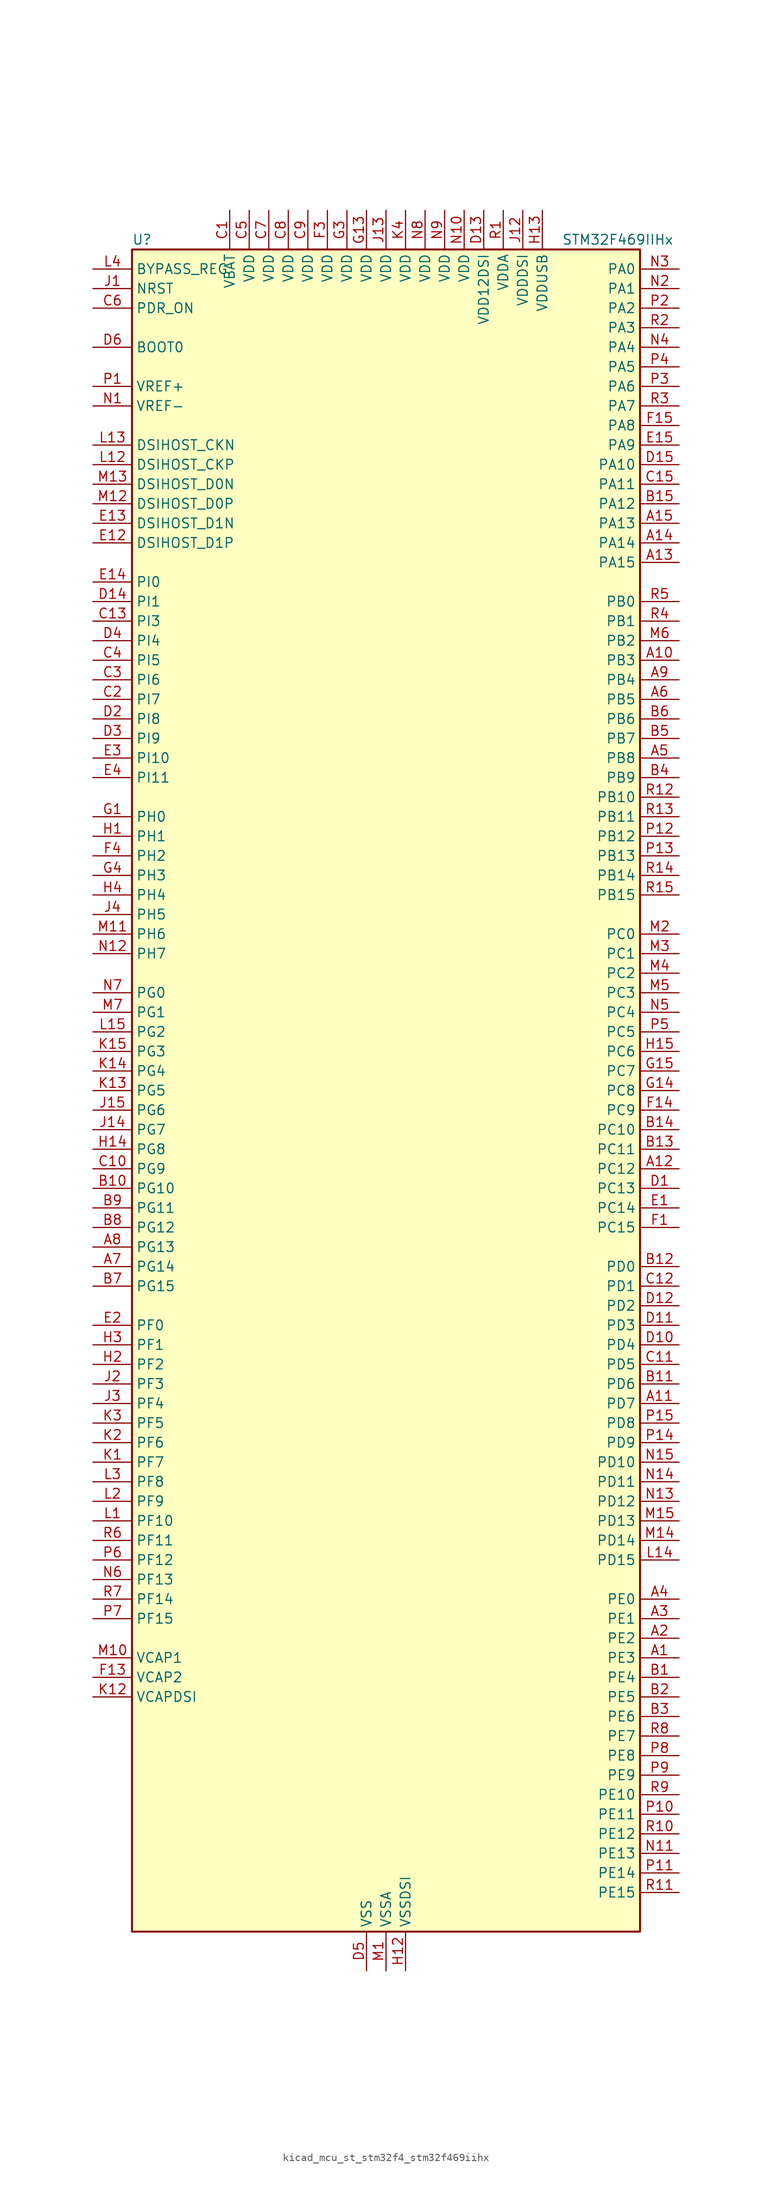
<source format=kicad_sym>
(kicad_symbol_lib
  (version 20220914)
  (generator kicad_symbol_editor)
  (symbol "kicad_mcu_st_stm32f4_stm32f469iihx"
    (property "Reference" "U"
      (at -33.02 110.49 0)
      (effects (font (size 1.27 1.27)) (justify left)))
    (property "Value" "STM32F469IIHx"
      (at 22.86 110.49 0)
      (effects (font (size 1.27 1.27)) (justify left)))
    (property "ki_locked" ""
      (at 0 0 0)
      (effects (font (size 1.27 1.27))))
    (symbol "kicad_mcu_st_stm32f4_stm32f469iihx_0_1"
      (rectangle (start -33.02 -109.22) (end 33.02 109.22) (stroke (width 0.254) (type default)) (fill (type background))))
    (symbol "kicad_mcu_st_stm32f4_stm32f469iihx_1_1"
      (pin bidirectional line (at 38.1 -73.66 180) (length 5.08) (name "PE3" (effects (font (size 1.27 1.27)))) (number "A1" (effects (font (size 1.27 1.27)))) (alternate "FMC_A19" bidirectional line) (alternate "SAI1_SD_B" bidirectional line) (alternate "SYS_TRACED0" bidirectional line))
      (pin bidirectional line (at 38.1 55.88 180) (length 5.08) (name "PB3" (effects (font (size 1.27 1.27)))) (number "A10" (effects (font (size 1.27 1.27)))) (alternate "I2S3_CK" bidirectional line) (alternate "SPI1_SCK" bidirectional line) (alternate "SPI3_SCK" bidirectional line) (alternate "SYS_JTDO-SWO" bidirectional line) (alternate "TIM2_CH2" bidirectional line))
      (pin bidirectional line (at 38.1 -40.64 180) (length 5.08) (name "PD7" (effects (font (size 1.27 1.27)))) (number "A11" (effects (font (size 1.27 1.27)))) (alternate "FMC_NE1" bidirectional line) (alternate "USART2_CK" bidirectional line))
      (pin bidirectional line (at 38.1 -10.16 180) (length 5.08) (name "PC12" (effects (font (size 1.27 1.27)))) (number "A12" (effects (font (size 1.27 1.27)))) (alternate "DCMI_D9" bidirectional line) (alternate "I2S3_SD" bidirectional line) (alternate "SDIO_CK" bidirectional line) (alternate "SPI3_MOSI" bidirectional line) (alternate "SYS_TRACED3" bidirectional line) (alternate "UART5_TX" bidirectional line) (alternate "USART3_CK" bidirectional line))
      (pin bidirectional line (at 38.1 68.58 180) (length 5.08) (name "PA15" (effects (font (size 1.27 1.27)))) (number "A13" (effects (font (size 1.27 1.27)))) (alternate "ADC1_EXTI15" bidirectional line) (alternate "ADC2_EXTI15" bidirectional line) (alternate "ADC3_EXTI15" bidirectional line) (alternate "I2S3_WS" bidirectional line) (alternate "SPI1_NSS" bidirectional line) (alternate "SPI3_NSS" bidirectional line) (alternate "SYS_JTDI" bidirectional line) (alternate "TIM2_CH1" bidirectional line) (alternate "TIM2_ETR" bidirectional line))
      (pin bidirectional line (at 38.1 71.12 180) (length 5.08) (name "PA14" (effects (font (size 1.27 1.27)))) (number "A14" (effects (font (size 1.27 1.27)))) (alternate "SYS_JTCK-SWCLK" bidirectional line))
      (pin bidirectional line (at 38.1 73.66 180) (length 5.08) (name "PA13" (effects (font (size 1.27 1.27)))) (number "A15" (effects (font (size 1.27 1.27)))) (alternate "SYS_JTMS-SWDIO" bidirectional line))
      (pin bidirectional line (at 38.1 -71.12 180) (length 5.08) (name "PE2" (effects (font (size 1.27 1.27)))) (number "A2" (effects (font (size 1.27 1.27)))) (alternate "ETH_TXD3" bidirectional line) (alternate "FMC_A23" bidirectional line) (alternate "QUADSPI_BK1_IO2" bidirectional line) (alternate "SAI1_MCLK_A" bidirectional line) (alternate "SPI4_SCK" bidirectional line) (alternate "SYS_TRACECLK" bidirectional line))
      (pin bidirectional line (at 38.1 -68.58 180) (length 5.08) (name "PE1" (effects (font (size 1.27 1.27)))) (number "A3" (effects (font (size 1.27 1.27)))) (alternate "DCMI_D3" bidirectional line) (alternate "FMC_NBL1" bidirectional line) (alternate "UART8_TX" bidirectional line))
      (pin bidirectional line (at 38.1 -66.04 180) (length 5.08) (name "PE0" (effects (font (size 1.27 1.27)))) (number "A4" (effects (font (size 1.27 1.27)))) (alternate "DCMI_D2" bidirectional line) (alternate "FMC_NBL0" bidirectional line) (alternate "TIM4_ETR" bidirectional line) (alternate "UART8_RX" bidirectional line))
      (pin bidirectional line (at 38.1 43.18 180) (length 5.08) (name "PB8" (effects (font (size 1.27 1.27)))) (number "A5" (effects (font (size 1.27 1.27)))) (alternate "CAN1_RX" bidirectional line) (alternate "DCMI_D6" bidirectional line) (alternate "ETH_TXD3" bidirectional line) (alternate "I2C1_SCL" bidirectional line) (alternate "LTDC_B6" bidirectional line) (alternate "SDIO_D4" bidirectional line) (alternate "TIM10_CH1" bidirectional line) (alternate "TIM4_CH3" bidirectional line))
      (pin bidirectional line (at 38.1 50.8 180) (length 5.08) (name "PB5" (effects (font (size 1.27 1.27)))) (number "A6" (effects (font (size 1.27 1.27)))) (alternate "CAN2_RX" bidirectional line) (alternate "DCMI_D10" bidirectional line) (alternate "ETH_PPS_OUT" bidirectional line) (alternate "FMC_SDCKE1" bidirectional line) (alternate "I2C1_SMBA" bidirectional line) (alternate "I2S3_SD" bidirectional line) (alternate "LTDC_G7" bidirectional line) (alternate "SPI1_MOSI" bidirectional line) (alternate "SPI3_MOSI" bidirectional line) (alternate "TIM3_CH2" bidirectional line) (alternate "USB_OTG_HS_ULPI_D7" bidirectional line))
      (pin bidirectional line (at -38.1 -22.86 0) (length 5.08) (name "PG14" (effects (font (size 1.27 1.27)))) (number "A7" (effects (font (size 1.27 1.27)))) (alternate "ETH_TXD1" bidirectional line) (alternate "FMC_A25" bidirectional line) (alternate "LTDC_B0" bidirectional line) (alternate "QUADSPI_BK2_IO3" bidirectional line) (alternate "SPI6_MOSI" bidirectional line) (alternate "SYS_TRACED1" bidirectional line) (alternate "USART6_TX" bidirectional line))
      (pin bidirectional line (at -38.1 -20.32 0) (length 5.08) (name "PG13" (effects (font (size 1.27 1.27)))) (number "A8" (effects (font (size 1.27 1.27)))) (alternate "ETH_TXD0" bidirectional line) (alternate "FMC_A24" bidirectional line) (alternate "LTDC_R0" bidirectional line) (alternate "SPI6_SCK" bidirectional line) (alternate "SYS_TRACED0" bidirectional line) (alternate "USART6_CTS" bidirectional line))
      (pin bidirectional line (at 38.1 53.34 180) (length 5.08) (name "PB4" (effects (font (size 1.27 1.27)))) (number "A9" (effects (font (size 1.27 1.27)))) (alternate "I2S3_ext_SD" bidirectional line) (alternate "SPI1_MISO" bidirectional line) (alternate "SPI3_MISO" bidirectional line) (alternate "SYS_JTRST" bidirectional line) (alternate "TIM3_CH1" bidirectional line))
      (pin bidirectional line (at 38.1 -76.2 180) (length 5.08) (name "PE4" (effects (font (size 1.27 1.27)))) (number "B1" (effects (font (size 1.27 1.27)))) (alternate "DCMI_D4" bidirectional line) (alternate "FMC_A20" bidirectional line) (alternate "LTDC_B0" bidirectional line) (alternate "SAI1_FS_A" bidirectional line) (alternate "SPI4_NSS" bidirectional line) (alternate "SYS_TRACED1" bidirectional line))
      (pin bidirectional line (at -38.1 -12.7 0) (length 5.08) (name "PG10" (effects (font (size 1.27 1.27)))) (number "B10" (effects (font (size 1.27 1.27)))) (alternate "DCMI_D2" bidirectional line) (alternate "FMC_NE3" bidirectional line) (alternate "LTDC_B2" bidirectional line) (alternate "LTDC_G3" bidirectional line))
      (pin bidirectional line (at 38.1 -38.1 180) (length 5.08) (name "PD6" (effects (font (size 1.27 1.27)))) (number "B11" (effects (font (size 1.27 1.27)))) (alternate "DCMI_D10" bidirectional line) (alternate "FMC_NWAIT" bidirectional line) (alternate "I2S3_SD" bidirectional line) (alternate "LTDC_B2" bidirectional line) (alternate "SAI1_SD_A" bidirectional line) (alternate "SPI3_MOSI" bidirectional line) (alternate "USART2_RX" bidirectional line))
      (pin bidirectional line (at 38.1 -22.86 180) (length 5.08) (name "PD0" (effects (font (size 1.27 1.27)))) (number "B12" (effects (font (size 1.27 1.27)))) (alternate "CAN1_RX" bidirectional line) (alternate "FMC_D2" bidirectional line) (alternate "FMC_DA2" bidirectional line))
      (pin bidirectional line (at 38.1 -7.62 180) (length 5.08) (name "PC11" (effects (font (size 1.27 1.27)))) (number "B13" (effects (font (size 1.27 1.27)))) (alternate "ADC1_EXTI11" bidirectional line) (alternate "ADC2_EXTI11" bidirectional line) (alternate "ADC3_EXTI11" bidirectional line) (alternate "DCMI_D4" bidirectional line) (alternate "I2S3_ext_SD" bidirectional line) (alternate "QUADSPI_BK2_NCS" bidirectional line) (alternate "SDIO_D3" bidirectional line) (alternate "SPI3_MISO" bidirectional line) (alternate "UART4_RX" bidirectional line) (alternate "USART3_RX" bidirectional line))
      (pin bidirectional line (at 38.1 -5.08 180) (length 5.08) (name "PC10" (effects (font (size 1.27 1.27)))) (number "B14" (effects (font (size 1.27 1.27)))) (alternate "DCMI_D8" bidirectional line) (alternate "I2S3_CK" bidirectional line) (alternate "LTDC_R2" bidirectional line) (alternate "QUADSPI_BK1_IO1" bidirectional line) (alternate "SDIO_D2" bidirectional line) (alternate "SPI3_SCK" bidirectional line) (alternate "UART4_TX" bidirectional line) (alternate "USART3_TX" bidirectional line))
      (pin bidirectional line (at 38.1 76.2 180) (length 5.08) (name "PA12" (effects (font (size 1.27 1.27)))) (number "B15" (effects (font (size 1.27 1.27)))) (alternate "CAN1_TX" bidirectional line) (alternate "LTDC_R5" bidirectional line) (alternate "TIM1_ETR" bidirectional line) (alternate "USART1_RTS" bidirectional line) (alternate "USB_OTG_FS_DP" bidirectional line))
      (pin bidirectional line (at 38.1 -78.74 180) (length 5.08) (name "PE5" (effects (font (size 1.27 1.27)))) (number "B2" (effects (font (size 1.27 1.27)))) (alternate "DCMI_D6" bidirectional line) (alternate "FMC_A21" bidirectional line) (alternate "LTDC_G0" bidirectional line) (alternate "SAI1_SCK_A" bidirectional line) (alternate "SPI4_MISO" bidirectional line) (alternate "SYS_TRACED2" bidirectional line) (alternate "TIM9_CH1" bidirectional line))
      (pin bidirectional line (at 38.1 -81.28 180) (length 5.08) (name "PE6" (effects (font (size 1.27 1.27)))) (number "B3" (effects (font (size 1.27 1.27)))) (alternate "DCMI_D7" bidirectional line) (alternate "FMC_A22" bidirectional line) (alternate "LTDC_G1" bidirectional line) (alternate "SAI1_SD_A" bidirectional line) (alternate "SPI4_MOSI" bidirectional line) (alternate "SYS_TRACED3" bidirectional line) (alternate "TIM9_CH2" bidirectional line))
      (pin bidirectional line (at 38.1 40.64 180) (length 5.08) (name "PB9" (effects (font (size 1.27 1.27)))) (number "B4" (effects (font (size 1.27 1.27)))) (alternate "CAN1_TX" bidirectional line) (alternate "DAC_EXTI9" bidirectional line) (alternate "DCMI_D7" bidirectional line) (alternate "I2C1_SDA" bidirectional line) (alternate "I2S2_WS" bidirectional line) (alternate "LTDC_B7" bidirectional line) (alternate "SDIO_D5" bidirectional line) (alternate "SPI2_NSS" bidirectional line) (alternate "TIM11_CH1" bidirectional line) (alternate "TIM4_CH4" bidirectional line))
      (pin bidirectional line (at 38.1 45.72 180) (length 5.08) (name "PB7" (effects (font (size 1.27 1.27)))) (number "B5" (effects (font (size 1.27 1.27)))) (alternate "DCMI_VSYNC" bidirectional line) (alternate "FMC_NL" bidirectional line) (alternate "I2C1_SDA" bidirectional line) (alternate "TIM4_CH2" bidirectional line) (alternate "USART1_RX" bidirectional line))
      (pin bidirectional line (at 38.1 48.26 180) (length 5.08) (name "PB6" (effects (font (size 1.27 1.27)))) (number "B6" (effects (font (size 1.27 1.27)))) (alternate "CAN2_TX" bidirectional line) (alternate "DCMI_D5" bidirectional line) (alternate "FMC_SDNE1" bidirectional line) (alternate "I2C1_SCL" bidirectional line) (alternate "QUADSPI_BK1_NCS" bidirectional line) (alternate "TIM4_CH1" bidirectional line) (alternate "USART1_TX" bidirectional line))
      (pin bidirectional line (at -38.1 -25.4 0) (length 5.08) (name "PG15" (effects (font (size 1.27 1.27)))) (number "B7" (effects (font (size 1.27 1.27)))) (alternate "ADC1_EXTI15" bidirectional line) (alternate "ADC2_EXTI15" bidirectional line) (alternate "ADC3_EXTI15" bidirectional line) (alternate "DCMI_D13" bidirectional line) (alternate "FMC_SDNCAS" bidirectional line) (alternate "USART6_CTS" bidirectional line))
      (pin bidirectional line (at -38.1 -17.78 0) (length 5.08) (name "PG12" (effects (font (size 1.27 1.27)))) (number "B8" (effects (font (size 1.27 1.27)))) (alternate "FMC_NE4" bidirectional line) (alternate "LTDC_B1" bidirectional line) (alternate "LTDC_B4" bidirectional line) (alternate "SPI6_MISO" bidirectional line) (alternate "USART6_RTS" bidirectional line))
      (pin bidirectional line (at -38.1 -15.24 0) (length 5.08) (name "PG11" (effects (font (size 1.27 1.27)))) (number "B9" (effects (font (size 1.27 1.27)))) (alternate "ADC1_EXTI11" bidirectional line) (alternate "ADC2_EXTI11" bidirectional line) (alternate "ADC3_EXTI11" bidirectional line) (alternate "DCMI_D3" bidirectional line) (alternate "ETH_TX_EN" bidirectional line) (alternate "LTDC_B3" bidirectional line))
      (pin power_in line (at -20.32 114.3 270) (length 5.08) (name "VBAT" (effects (font (size 1.27 1.27)))) (number "C1" (effects (font (size 1.27 1.27)))))
      (pin bidirectional line (at -38.1 -10.16 0) (length 5.08) (name "PG9" (effects (font (size 1.27 1.27)))) (number "C10" (effects (font (size 1.27 1.27)))) (alternate "DAC_EXTI9" bidirectional line) (alternate "DCMI_VSYNC" bidirectional line) (alternate "FMC_NCE" bidirectional line) (alternate "FMC_NE2" bidirectional line) (alternate "QUADSPI_BK2_IO2" bidirectional line) (alternate "USART6_RX" bidirectional line))
      (pin bidirectional line (at 38.1 -35.56 180) (length 5.08) (name "PD5" (effects (font (size 1.27 1.27)))) (number "C11" (effects (font (size 1.27 1.27)))) (alternate "FMC_NWE" bidirectional line) (alternate "USART2_TX" bidirectional line))
      (pin bidirectional line (at 38.1 -25.4 180) (length 5.08) (name "PD1" (effects (font (size 1.27 1.27)))) (number "C12" (effects (font (size 1.27 1.27)))) (alternate "CAN1_TX" bidirectional line) (alternate "FMC_D3" bidirectional line) (alternate "FMC_DA3" bidirectional line))
      (pin bidirectional line (at -38.1 60.96 0) (length 5.08) (name "PI3" (effects (font (size 1.27 1.27)))) (number "C13" (effects (font (size 1.27 1.27)))) (alternate "DCMI_D10" bidirectional line) (alternate "FMC_D27" bidirectional line) (alternate "I2S2_SD" bidirectional line) (alternate "SPI2_MOSI" bidirectional line) (alternate "TIM8_ETR" bidirectional line))
      (pin no_connect line (at -33.02 -109.22 0) (length 5.08) hide (name "NC" (effects (font (size 1.27 1.27)))) (number "C14" (effects (font (size 1.27 1.27)))))
      (pin bidirectional line (at 38.1 78.74 180) (length 5.08) (name "PA11" (effects (font (size 1.27 1.27)))) (number "C15" (effects (font (size 1.27 1.27)))) (alternate "ADC1_EXTI11" bidirectional line) (alternate "ADC2_EXTI11" bidirectional line) (alternate "ADC3_EXTI11" bidirectional line) (alternate "CAN1_RX" bidirectional line) (alternate "LTDC_R4" bidirectional line) (alternate "TIM1_CH4" bidirectional line) (alternate "USART1_CTS" bidirectional line) (alternate "USB_OTG_FS_DM" bidirectional line))
      (pin bidirectional line (at -38.1 50.8 0) (length 5.08) (name "PI7" (effects (font (size 1.27 1.27)))) (number "C2" (effects (font (size 1.27 1.27)))) (alternate "DCMI_D7" bidirectional line) (alternate "FMC_D29" bidirectional line) (alternate "LTDC_B7" bidirectional line) (alternate "TIM8_CH3" bidirectional line))
      (pin bidirectional line (at -38.1 53.34 0) (length 5.08) (name "PI6" (effects (font (size 1.27 1.27)))) (number "C3" (effects (font (size 1.27 1.27)))) (alternate "DCMI_D6" bidirectional line) (alternate "FMC_D28" bidirectional line) (alternate "LTDC_B6" bidirectional line) (alternate "TIM8_CH2" bidirectional line))
      (pin bidirectional line (at -38.1 55.88 0) (length 5.08) (name "PI5" (effects (font (size 1.27 1.27)))) (number "C4" (effects (font (size 1.27 1.27)))) (alternate "DCMI_VSYNC" bidirectional line) (alternate "FMC_NBL3" bidirectional line) (alternate "LTDC_B5" bidirectional line) (alternate "TIM8_CH1" bidirectional line))
      (pin power_in line (at -17.78 114.3 270) (length 5.08) (name "VDD" (effects (font (size 1.27 1.27)))) (number "C5" (effects (font (size 1.27 1.27)))))
      (pin input line (at -38.1 101.6 0) (length 5.08) (name "PDR_ON" (effects (font (size 1.27 1.27)))) (number "C6" (effects (font (size 1.27 1.27)))))
      (pin power_in line (at -15.24 114.3 270) (length 5.08) (name "VDD" (effects (font (size 1.27 1.27)))) (number "C7" (effects (font (size 1.27 1.27)))))
      (pin power_in line (at -12.7 114.3 270) (length 5.08) (name "VDD" (effects (font (size 1.27 1.27)))) (number "C8" (effects (font (size 1.27 1.27)))))
      (pin power_in line (at -10.16 114.3 270) (length 5.08) (name "VDD" (effects (font (size 1.27 1.27)))) (number "C9" (effects (font (size 1.27 1.27)))))
      (pin bidirectional line (at 38.1 -12.7 180) (length 5.08) (name "PC13" (effects (font (size 1.27 1.27)))) (number "D1" (effects (font (size 1.27 1.27)))) (alternate "RTC_AF1" bidirectional line))
      (pin bidirectional line (at 38.1 -33.02 180) (length 5.08) (name "PD4" (effects (font (size 1.27 1.27)))) (number "D10" (effects (font (size 1.27 1.27)))) (alternate "FMC_NOE" bidirectional line) (alternate "USART2_RTS" bidirectional line))
      (pin bidirectional line (at 38.1 -30.48 180) (length 5.08) (name "PD3" (effects (font (size 1.27 1.27)))) (number "D11" (effects (font (size 1.27 1.27)))) (alternate "DCMI_D5" bidirectional line) (alternate "FMC_CLK" bidirectional line) (alternate "I2S2_CK" bidirectional line) (alternate "LTDC_G7" bidirectional line) (alternate "SPI2_SCK" bidirectional line) (alternate "USART2_CTS" bidirectional line))
      (pin bidirectional line (at 38.1 -27.94 180) (length 5.08) (name "PD2" (effects (font (size 1.27 1.27)))) (number "D12" (effects (font (size 1.27 1.27)))) (alternate "DCMI_D11" bidirectional line) (alternate "SDIO_CMD" bidirectional line) (alternate "SYS_TRACED2" bidirectional line) (alternate "TIM3_ETR" bidirectional line) (alternate "UART5_RX" bidirectional line))
      (pin power_in line (at 12.7 114.3 270) (length 5.08) (name "VDD12DSI" (effects (font (size 1.27 1.27)))) (number "D13" (effects (font (size 1.27 1.27)))))
      (pin bidirectional line (at -38.1 63.5 0) (length 5.08) (name "PI1" (effects (font (size 1.27 1.27)))) (number "D14" (effects (font (size 1.27 1.27)))) (alternate "DCMI_D8" bidirectional line) (alternate "FMC_D25" bidirectional line) (alternate "I2S2_CK" bidirectional line) (alternate "LTDC_G6" bidirectional line) (alternate "SPI2_SCK" bidirectional line))
      (pin bidirectional line (at 38.1 81.28 180) (length 5.08) (name "PA10" (effects (font (size 1.27 1.27)))) (number "D15" (effects (font (size 1.27 1.27)))) (alternate "DCMI_D1" bidirectional line) (alternate "TIM1_CH3" bidirectional line) (alternate "USART1_RX" bidirectional line) (alternate "USB_OTG_FS_ID" bidirectional line))
      (pin bidirectional line (at -38.1 48.26 0) (length 5.08) (name "PI8" (effects (font (size 1.27 1.27)))) (number "D2" (effects (font (size 1.27 1.27)))) (alternate "RTC_AF1" bidirectional line) (alternate "RTC_AF2" bidirectional line))
      (pin bidirectional line (at -38.1 45.72 0) (length 5.08) (name "PI9" (effects (font (size 1.27 1.27)))) (number "D3" (effects (font (size 1.27 1.27)))) (alternate "CAN1_RX" bidirectional line) (alternate "DAC_EXTI9" bidirectional line) (alternate "FMC_D30" bidirectional line) (alternate "LTDC_VSYNC" bidirectional line))
      (pin bidirectional line (at -38.1 58.42 0) (length 5.08) (name "PI4" (effects (font (size 1.27 1.27)))) (number "D4" (effects (font (size 1.27 1.27)))) (alternate "DCMI_D5" bidirectional line) (alternate "FMC_NBL2" bidirectional line) (alternate "LTDC_B4" bidirectional line) (alternate "TIM8_BKIN" bidirectional line))
      (pin power_in line (at -2.54 -114.3 90) (length 5.08) (name "VSS" (effects (font (size 1.27 1.27)))) (number "D5" (effects (font (size 1.27 1.27)))))
      (pin input line (at -38.1 96.52 0) (length 5.08) (name "BOOT0" (effects (font (size 1.27 1.27)))) (number "D6" (effects (font (size 1.27 1.27)))))
      (pin passive line (at -2.54 -114.3 90) (length 5.08) hide (name "VSS" (effects (font (size 1.27 1.27)))) (number "D7" (effects (font (size 1.27 1.27)))))
      (pin passive line (at -2.54 -114.3 90) (length 5.08) hide (name "VSS" (effects (font (size 1.27 1.27)))) (number "D8" (effects (font (size 1.27 1.27)))))
      (pin passive line (at -2.54 -114.3 90) (length 5.08) hide (name "VSS" (effects (font (size 1.27 1.27)))) (number "D9" (effects (font (size 1.27 1.27)))))
      (pin bidirectional line (at 38.1 -15.24 180) (length 5.08) (name "PC14" (effects (font (size 1.27 1.27)))) (number "E1" (effects (font (size 1.27 1.27)))) (alternate "RCC_OSC32_IN" bidirectional line))
      (pin bidirectional line (at -38.1 71.12 0) (length 5.08) (name "DSIHOST_D1P" (effects (font (size 1.27 1.27)))) (number "E12" (effects (font (size 1.27 1.27)))) (alternate "DSIHOST_D1P" bidirectional line))
      (pin bidirectional line (at -38.1 73.66 0) (length 5.08) (name "DSIHOST_D1N" (effects (font (size 1.27 1.27)))) (number "E13" (effects (font (size 1.27 1.27)))) (alternate "DSIHOST_D1N" bidirectional line))
      (pin bidirectional line (at -38.1 66.04 0) (length 5.08) (name "PI0" (effects (font (size 1.27 1.27)))) (number "E14" (effects (font (size 1.27 1.27)))) (alternate "DCMI_D13" bidirectional line) (alternate "FMC_D24" bidirectional line) (alternate "I2S2_WS" bidirectional line) (alternate "LTDC_G5" bidirectional line) (alternate "SPI2_NSS" bidirectional line) (alternate "TIM5_CH4" bidirectional line))
      (pin bidirectional line (at 38.1 83.82 180) (length 5.08) (name "PA9" (effects (font (size 1.27 1.27)))) (number "E15" (effects (font (size 1.27 1.27)))) (alternate "DAC_EXTI9" bidirectional line) (alternate "DCMI_D0" bidirectional line) (alternate "I2C3_SMBA" bidirectional line) (alternate "I2S2_CK" bidirectional line) (alternate "SPI2_SCK" bidirectional line) (alternate "TIM1_CH2" bidirectional line) (alternate "USART1_TX" bidirectional line) (alternate "USB_OTG_FS_VBUS" bidirectional line))
      (pin bidirectional line (at -38.1 -30.48 0) (length 5.08) (name "PF0" (effects (font (size 1.27 1.27)))) (number "E2" (effects (font (size 1.27 1.27)))) (alternate "FMC_A0" bidirectional line) (alternate "I2C2_SDA" bidirectional line))
      (pin bidirectional line (at -38.1 43.18 0) (length 5.08) (name "PI10" (effects (font (size 1.27 1.27)))) (number "E3" (effects (font (size 1.27 1.27)))) (alternate "ETH_RX_ER" bidirectional line) (alternate "FMC_D31" bidirectional line) (alternate "LTDC_HSYNC" bidirectional line))
      (pin bidirectional line (at -38.1 40.64 0) (length 5.08) (name "PI11" (effects (font (size 1.27 1.27)))) (number "E4" (effects (font (size 1.27 1.27)))) (alternate "ADC1_EXTI11" bidirectional line) (alternate "ADC2_EXTI11" bidirectional line) (alternate "ADC3_EXTI11" bidirectional line) (alternate "LTDC_G6" bidirectional line) (alternate "USB_OTG_HS_ULPI_DIR" bidirectional line))
      (pin bidirectional line (at 38.1 -17.78 180) (length 5.08) (name "PC15" (effects (font (size 1.27 1.27)))) (number "F1" (effects (font (size 1.27 1.27)))) (alternate "ADC1_EXTI15" bidirectional line) (alternate "ADC2_EXTI15" bidirectional line) (alternate "ADC3_EXTI15" bidirectional line) (alternate "RCC_OSC32_OUT" bidirectional line))
      (pin passive line (at -2.54 -114.3 90) (length 5.08) hide (name "VSS" (effects (font (size 1.27 1.27)))) (number "F10" (effects (font (size 1.27 1.27)))))
      (pin passive line (at -2.54 -114.3 90) (length 5.08) hide (name "VSS" (effects (font (size 1.27 1.27)))) (number "F12" (effects (font (size 1.27 1.27)))))
      (pin power_out line (at -38.1 -76.2 0) (length 5.08) (name "VCAP2" (effects (font (size 1.27 1.27)))) (number "F13" (effects (font (size 1.27 1.27)))))
      (pin bidirectional line (at 38.1 -2.54 180) (length 5.08) (name "PC9" (effects (font (size 1.27 1.27)))) (number "F14" (effects (font (size 1.27 1.27)))) (alternate "DAC_EXTI9" bidirectional line) (alternate "DCMI_D3" bidirectional line) (alternate "I2C3_SDA" bidirectional line) (alternate "I2S_CKIN" bidirectional line) (alternate "QUADSPI_BK1_IO0" bidirectional line) (alternate "RCC_MCO_2" bidirectional line) (alternate "SDIO_D1" bidirectional line) (alternate "TIM3_CH4" bidirectional line) (alternate "TIM8_CH4" bidirectional line))
      (pin bidirectional line (at 38.1 86.36 180) (length 5.08) (name "PA8" (effects (font (size 1.27 1.27)))) (number "F15" (effects (font (size 1.27 1.27)))) (alternate "I2C3_SCL" bidirectional line) (alternate "LTDC_R6" bidirectional line) (alternate "RCC_MCO_1" bidirectional line) (alternate "TIM1_CH1" bidirectional line) (alternate "USART1_CK" bidirectional line) (alternate "USB_OTG_FS_SOF" bidirectional line))
      (pin passive line (at -2.54 -114.3 90) (length 5.08) hide (name "VSS" (effects (font (size 1.27 1.27)))) (number "F2" (effects (font (size 1.27 1.27)))))
      (pin power_in line (at -7.62 114.3 270) (length 5.08) (name "VDD" (effects (font (size 1.27 1.27)))) (number "F3" (effects (font (size 1.27 1.27)))))
      (pin bidirectional line (at -38.1 30.48 0) (length 5.08) (name "PH2" (effects (font (size 1.27 1.27)))) (number "F4" (effects (font (size 1.27 1.27)))) (alternate "ETH_CRS" bidirectional line) (alternate "FMC_SDCKE0" bidirectional line) (alternate "LTDC_R0" bidirectional line) (alternate "QUADSPI_BK2_IO0" bidirectional line))
      (pin passive line (at -2.54 -114.3 90) (length 5.08) hide (name "VSS" (effects (font (size 1.27 1.27)))) (number "F6" (effects (font (size 1.27 1.27)))))
      (pin passive line (at -2.54 -114.3 90) (length 5.08) hide (name "VSS" (effects (font (size 1.27 1.27)))) (number "F7" (effects (font (size 1.27 1.27)))))
      (pin passive line (at -2.54 -114.3 90) (length 5.08) hide (name "VSS" (effects (font (size 1.27 1.27)))) (number "F8" (effects (font (size 1.27 1.27)))))
      (pin passive line (at -2.54 -114.3 90) (length 5.08) hide (name "VSS" (effects (font (size 1.27 1.27)))) (number "F9" (effects (font (size 1.27 1.27)))))
      (pin bidirectional line (at -38.1 35.56 0) (length 5.08) (name "PH0" (effects (font (size 1.27 1.27)))) (number "G1" (effects (font (size 1.27 1.27)))) (alternate "RCC_OSC_IN" bidirectional line))
      (pin passive line (at -2.54 -114.3 90) (length 5.08) hide (name "VSS" (effects (font (size 1.27 1.27)))) (number "G10" (effects (font (size 1.27 1.27)))))
      (pin passive line (at -2.54 -114.3 90) (length 5.08) hide (name "VSS" (effects (font (size 1.27 1.27)))) (number "G12" (effects (font (size 1.27 1.27)))))
      (pin power_in line (at -2.54 114.3 270) (length 5.08) (name "VDD" (effects (font (size 1.27 1.27)))) (number "G13" (effects (font (size 1.27 1.27)))))
      (pin bidirectional line (at 38.1 0 180) (length 5.08) (name "PC8" (effects (font (size 1.27 1.27)))) (number "G14" (effects (font (size 1.27 1.27)))) (alternate "DCMI_D2" bidirectional line) (alternate "SDIO_D0" bidirectional line) (alternate "SYS_TRACED1" bidirectional line) (alternate "TIM3_CH3" bidirectional line) (alternate "TIM8_CH3" bidirectional line) (alternate "USART6_CK" bidirectional line))
      (pin bidirectional line (at 38.1 2.54 180) (length 5.08) (name "PC7" (effects (font (size 1.27 1.27)))) (number "G15" (effects (font (size 1.27 1.27)))) (alternate "DCMI_D1" bidirectional line) (alternate "I2S3_MCK" bidirectional line) (alternate "LTDC_G6" bidirectional line) (alternate "SDIO_D7" bidirectional line) (alternate "TIM3_CH2" bidirectional line) (alternate "TIM8_CH2" bidirectional line) (alternate "USART6_RX" bidirectional line))
      (pin passive line (at -2.54 -114.3 90) (length 5.08) hide (name "VSS" (effects (font (size 1.27 1.27)))) (number "G2" (effects (font (size 1.27 1.27)))))
      (pin power_in line (at -5.08 114.3 270) (length 5.08) (name "VDD" (effects (font (size 1.27 1.27)))) (number "G3" (effects (font (size 1.27 1.27)))))
      (pin bidirectional line (at -38.1 27.94 0) (length 5.08) (name "PH3" (effects (font (size 1.27 1.27)))) (number "G4" (effects (font (size 1.27 1.27)))) (alternate "ETH_COL" bidirectional line) (alternate "FMC_SDNE0" bidirectional line) (alternate "LTDC_R1" bidirectional line) (alternate "QUADSPI_BK2_IO1" bidirectional line))
      (pin passive line (at -2.54 -114.3 90) (length 5.08) hide (name "VSS" (effects (font (size 1.27 1.27)))) (number "G6" (effects (font (size 1.27 1.27)))))
      (pin passive line (at -2.54 -114.3 90) (length 5.08) hide (name "VSS" (effects (font (size 1.27 1.27)))) (number "G7" (effects (font (size 1.27 1.27)))))
      (pin passive line (at -2.54 -114.3 90) (length 5.08) hide (name "VSS" (effects (font (size 1.27 1.27)))) (number "G8" (effects (font (size 1.27 1.27)))))
      (pin passive line (at -2.54 -114.3 90) (length 5.08) hide (name "VSS" (effects (font (size 1.27 1.27)))) (number "G9" (effects (font (size 1.27 1.27)))))
      (pin bidirectional line (at -38.1 33.02 0) (length 5.08) (name "PH1" (effects (font (size 1.27 1.27)))) (number "H1" (effects (font (size 1.27 1.27)))) (alternate "RCC_OSC_OUT" bidirectional line))
      (pin passive line (at -2.54 -114.3 90) (length 5.08) hide (name "VSS" (effects (font (size 1.27 1.27)))) (number "H10" (effects (font (size 1.27 1.27)))))
      (pin power_in line (at 2.54 -114.3 90) (length 5.08) (name "VSSDSI" (effects (font (size 1.27 1.27)))) (number "H12" (effects (font (size 1.27 1.27)))))
      (pin power_in line (at 20.32 114.3 270) (length 5.08) (name "VDDUSB" (effects (font (size 1.27 1.27)))) (number "H13" (effects (font (size 1.27 1.27)))))
      (pin bidirectional line (at -38.1 -7.62 0) (length 5.08) (name "PG8" (effects (font (size 1.27 1.27)))) (number "H14" (effects (font (size 1.27 1.27)))) (alternate "ETH_PPS_OUT" bidirectional line) (alternate "FMC_SDCLK" bidirectional line) (alternate "LTDC_G7" bidirectional line) (alternate "SPI6_NSS" bidirectional line) (alternate "USART6_RTS" bidirectional line))
      (pin bidirectional line (at 38.1 5.08 180) (length 5.08) (name "PC6" (effects (font (size 1.27 1.27)))) (number "H15" (effects (font (size 1.27 1.27)))) (alternate "DCMI_D0" bidirectional line) (alternate "I2S2_MCK" bidirectional line) (alternate "LTDC_HSYNC" bidirectional line) (alternate "SDIO_D6" bidirectional line) (alternate "TIM3_CH1" bidirectional line) (alternate "TIM8_CH1" bidirectional line) (alternate "USART6_TX" bidirectional line))
      (pin bidirectional line (at -38.1 -35.56 0) (length 5.08) (name "PF2" (effects (font (size 1.27 1.27)))) (number "H2" (effects (font (size 1.27 1.27)))) (alternate "FMC_A2" bidirectional line) (alternate "I2C2_SMBA" bidirectional line))
      (pin bidirectional line (at -38.1 -33.02 0) (length 5.08) (name "PF1" (effects (font (size 1.27 1.27)))) (number "H3" (effects (font (size 1.27 1.27)))) (alternate "FMC_A1" bidirectional line) (alternate "I2C2_SCL" bidirectional line))
      (pin bidirectional line (at -38.1 25.4 0) (length 5.08) (name "PH4" (effects (font (size 1.27 1.27)))) (number "H4" (effects (font (size 1.27 1.27)))) (alternate "I2C2_SCL" bidirectional line) (alternate "LTDC_G4" bidirectional line) (alternate "LTDC_G5" bidirectional line) (alternate "USB_OTG_HS_ULPI_NXT" bidirectional line))
      (pin passive line (at -2.54 -114.3 90) (length 5.08) hide (name "VSS" (effects (font (size 1.27 1.27)))) (number "H6" (effects (font (size 1.27 1.27)))))
      (pin passive line (at -2.54 -114.3 90) (length 5.08) hide (name "VSS" (effects (font (size 1.27 1.27)))) (number "H7" (effects (font (size 1.27 1.27)))))
      (pin passive line (at -2.54 -114.3 90) (length 5.08) hide (name "VSS" (effects (font (size 1.27 1.27)))) (number "H8" (effects (font (size 1.27 1.27)))))
      (pin passive line (at -2.54 -114.3 90) (length 5.08) hide (name "VSS" (effects (font (size 1.27 1.27)))) (number "H9" (effects (font (size 1.27 1.27)))))
      (pin input line (at -38.1 104.14 0) (length 5.08) (name "NRST" (effects (font (size 1.27 1.27)))) (number "J1" (effects (font (size 1.27 1.27)))))
      (pin passive line (at -2.54 -114.3 90) (length 5.08) hide (name "VSS" (effects (font (size 1.27 1.27)))) (number "J10" (effects (font (size 1.27 1.27)))))
      (pin power_in line (at 17.78 114.3 270) (length 5.08) (name "VDDDSI" (effects (font (size 1.27 1.27)))) (number "J12" (effects (font (size 1.27 1.27)))))
      (pin power_in line (at 0 114.3 270) (length 5.08) (name "VDD" (effects (font (size 1.27 1.27)))) (number "J13" (effects (font (size 1.27 1.27)))))
      (pin bidirectional line (at -38.1 -5.08 0) (length 5.08) (name "PG7" (effects (font (size 1.27 1.27)))) (number "J14" (effects (font (size 1.27 1.27)))) (alternate "DCMI_D13" bidirectional line) (alternate "FMC_INT" bidirectional line) (alternate "LTDC_CLK" bidirectional line) (alternate "SAI1_MCLK_A" bidirectional line) (alternate "USART6_CK" bidirectional line))
      (pin bidirectional line (at -38.1 -2.54 0) (length 5.08) (name "PG6" (effects (font (size 1.27 1.27)))) (number "J15" (effects (font (size 1.27 1.27)))) (alternate "DCMI_D12" bidirectional line) (alternate "LTDC_R7" bidirectional line))
      (pin bidirectional line (at -38.1 -38.1 0) (length 5.08) (name "PF3" (effects (font (size 1.27 1.27)))) (number "J2" (effects (font (size 1.27 1.27)))) (alternate "ADC3_IN9" bidirectional line) (alternate "FMC_A3" bidirectional line))
      (pin bidirectional line (at -38.1 -40.64 0) (length 5.08) (name "PF4" (effects (font (size 1.27 1.27)))) (number "J3" (effects (font (size 1.27 1.27)))) (alternate "ADC3_IN14" bidirectional line) (alternate "FMC_A4" bidirectional line))
      (pin bidirectional line (at -38.1 22.86 0) (length 5.08) (name "PH5" (effects (font (size 1.27 1.27)))) (number "J4" (effects (font (size 1.27 1.27)))) (alternate "FMC_SDNWE" bidirectional line) (alternate "I2C2_SDA" bidirectional line) (alternate "SPI5_NSS" bidirectional line))
      (pin passive line (at -2.54 -114.3 90) (length 5.08) hide (name "VSS" (effects (font (size 1.27 1.27)))) (number "J6" (effects (font (size 1.27 1.27)))))
      (pin passive line (at -2.54 -114.3 90) (length 5.08) hide (name "VSS" (effects (font (size 1.27 1.27)))) (number "J7" (effects (font (size 1.27 1.27)))))
      (pin passive line (at -2.54 -114.3 90) (length 5.08) hide (name "VSS" (effects (font (size 1.27 1.27)))) (number "J8" (effects (font (size 1.27 1.27)))))
      (pin passive line (at -2.54 -114.3 90) (length 5.08) hide (name "VSS" (effects (font (size 1.27 1.27)))) (number "J9" (effects (font (size 1.27 1.27)))))
      (pin bidirectional line (at -38.1 -48.26 0) (length 5.08) (name "PF7" (effects (font (size 1.27 1.27)))) (number "K1" (effects (font (size 1.27 1.27)))) (alternate "ADC3_IN5" bidirectional line) (alternate "QUADSPI_BK1_IO2" bidirectional line) (alternate "SAI1_MCLK_B" bidirectional line) (alternate "SPI5_SCK" bidirectional line) (alternate "TIM11_CH1" bidirectional line) (alternate "UART7_TX" bidirectional line))
      (pin passive line (at -2.54 -114.3 90) (length 5.08) hide (name "VSS" (effects (font (size 1.27 1.27)))) (number "K10" (effects (font (size 1.27 1.27)))))
      (pin power_out line (at -38.1 -78.74 0) (length 5.08) (name "VCAPDSI" (effects (font (size 1.27 1.27)))) (number "K12" (effects (font (size 1.27 1.27)))))
      (pin bidirectional line (at -38.1 0 0) (length 5.08) (name "PG5" (effects (font (size 1.27 1.27)))) (number "K13" (effects (font (size 1.27 1.27)))) (alternate "FMC_A15" bidirectional line) (alternate "FMC_BA1" bidirectional line))
      (pin bidirectional line (at -38.1 2.54 0) (length 5.08) (name "PG4" (effects (font (size 1.27 1.27)))) (number "K14" (effects (font (size 1.27 1.27)))) (alternate "FMC_A14" bidirectional line) (alternate "FMC_BA0" bidirectional line))
      (pin bidirectional line (at -38.1 5.08 0) (length 5.08) (name "PG3" (effects (font (size 1.27 1.27)))) (number "K15" (effects (font (size 1.27 1.27)))) (alternate "FMC_A13" bidirectional line))
      (pin bidirectional line (at -38.1 -45.72 0) (length 5.08) (name "PF6" (effects (font (size 1.27 1.27)))) (number "K2" (effects (font (size 1.27 1.27)))) (alternate "ADC3_IN4" bidirectional line) (alternate "QUADSPI_BK1_IO3" bidirectional line) (alternate "SAI1_SD_B" bidirectional line) (alternate "SPI5_NSS" bidirectional line) (alternate "TIM10_CH1" bidirectional line) (alternate "UART7_RX" bidirectional line))
      (pin bidirectional line (at -38.1 -43.18 0) (length 5.08) (name "PF5" (effects (font (size 1.27 1.27)))) (number "K3" (effects (font (size 1.27 1.27)))) (alternate "ADC3_IN15" bidirectional line) (alternate "FMC_A5" bidirectional line))
      (pin power_in line (at 2.54 114.3 270) (length 5.08) (name "VDD" (effects (font (size 1.27 1.27)))) (number "K4" (effects (font (size 1.27 1.27)))))
      (pin passive line (at -2.54 -114.3 90) (length 5.08) hide (name "VSS" (effects (font (size 1.27 1.27)))) (number "K6" (effects (font (size 1.27 1.27)))))
      (pin passive line (at -2.54 -114.3 90) (length 5.08) hide (name "VSS" (effects (font (size 1.27 1.27)))) (number "K7" (effects (font (size 1.27 1.27)))))
      (pin passive line (at -2.54 -114.3 90) (length 5.08) hide (name "VSS" (effects (font (size 1.27 1.27)))) (number "K8" (effects (font (size 1.27 1.27)))))
      (pin passive line (at -2.54 -114.3 90) (length 5.08) hide (name "VSS" (effects (font (size 1.27 1.27)))) (number "K9" (effects (font (size 1.27 1.27)))))
      (pin bidirectional line (at -38.1 -55.88 0) (length 5.08) (name "PF10" (effects (font (size 1.27 1.27)))) (number "L1" (effects (font (size 1.27 1.27)))) (alternate "ADC3_IN8" bidirectional line) (alternate "DCMI_D11" bidirectional line) (alternate "LTDC_DE" bidirectional line) (alternate "QUADSPI_CLK" bidirectional line))
      (pin bidirectional line (at -38.1 81.28 0) (length 5.08) (name "DSIHOST_CKP" (effects (font (size 1.27 1.27)))) (number "L12" (effects (font (size 1.27 1.27)))) (alternate "DSIHOST_CKP" bidirectional line))
      (pin bidirectional line (at -38.1 83.82 0) (length 5.08) (name "DSIHOST_CKN" (effects (font (size 1.27 1.27)))) (number "L13" (effects (font (size 1.27 1.27)))) (alternate "DSIHOST_CKN" bidirectional line))
      (pin bidirectional line (at 38.1 -60.96 180) (length 5.08) (name "PD15" (effects (font (size 1.27 1.27)))) (number "L14" (effects (font (size 1.27 1.27)))) (alternate "ADC1_EXTI15" bidirectional line) (alternate "ADC2_EXTI15" bidirectional line) (alternate "ADC3_EXTI15" bidirectional line) (alternate "FMC_D1" bidirectional line) (alternate "FMC_DA1" bidirectional line) (alternate "TIM4_CH4" bidirectional line))
      (pin bidirectional line (at -38.1 7.62 0) (length 5.08) (name "PG2" (effects (font (size 1.27 1.27)))) (number "L15" (effects (font (size 1.27 1.27)))) (alternate "FMC_A12" bidirectional line))
      (pin bidirectional line (at -38.1 -53.34 0) (length 5.08) (name "PF9" (effects (font (size 1.27 1.27)))) (number "L2" (effects (font (size 1.27 1.27)))) (alternate "ADC3_IN7" bidirectional line) (alternate "DAC_EXTI9" bidirectional line) (alternate "QUADSPI_BK1_IO1" bidirectional line) (alternate "SAI1_FS_B" bidirectional line) (alternate "SPI5_MOSI" bidirectional line) (alternate "TIM14_CH1" bidirectional line))
      (pin bidirectional line (at -38.1 -50.8 0) (length 5.08) (name "PF8" (effects (font (size 1.27 1.27)))) (number "L3" (effects (font (size 1.27 1.27)))) (alternate "ADC3_IN6" bidirectional line) (alternate "QUADSPI_BK1_IO0" bidirectional line) (alternate "SAI1_SCK_B" bidirectional line) (alternate "SPI5_MISO" bidirectional line) (alternate "TIM13_CH1" bidirectional line))
      (pin input line (at -38.1 106.68 0) (length 5.08) (name "BYPASS_REG" (effects (font (size 1.27 1.27)))) (number "L4" (effects (font (size 1.27 1.27)))))
      (pin power_in line (at 0 -114.3 90) (length 5.08) (name "VSSA" (effects (font (size 1.27 1.27)))) (number "M1" (effects (font (size 1.27 1.27)))))
      (pin power_out line (at -38.1 -73.66 0) (length 5.08) (name "VCAP1" (effects (font (size 1.27 1.27)))) (number "M10" (effects (font (size 1.27 1.27)))))
      (pin bidirectional line (at -38.1 20.32 0) (length 5.08) (name "PH6" (effects (font (size 1.27 1.27)))) (number "M11" (effects (font (size 1.27 1.27)))) (alternate "DCMI_D8" bidirectional line) (alternate "ETH_RXD2" bidirectional line) (alternate "FMC_SDNE1" bidirectional line) (alternate "I2C2_SMBA" bidirectional line) (alternate "SPI5_SCK" bidirectional line) (alternate "TIM12_CH1" bidirectional line))
      (pin bidirectional line (at -38.1 76.2 0) (length 5.08) (name "DSIHOST_D0P" (effects (font (size 1.27 1.27)))) (number "M12" (effects (font (size 1.27 1.27)))) (alternate "DSIHOST_D0P" bidirectional line))
      (pin bidirectional line (at -38.1 78.74 0) (length 5.08) (name "DSIHOST_D0N" (effects (font (size 1.27 1.27)))) (number "M13" (effects (font (size 1.27 1.27)))) (alternate "DSIHOST_D0N" bidirectional line))
      (pin bidirectional line (at 38.1 -58.42 180) (length 5.08) (name "PD14" (effects (font (size 1.27 1.27)))) (number "M14" (effects (font (size 1.27 1.27)))) (alternate "FMC_D0" bidirectional line) (alternate "FMC_DA0" bidirectional line) (alternate "TIM4_CH3" bidirectional line))
      (pin bidirectional line (at 38.1 -55.88 180) (length 5.08) (name "PD13" (effects (font (size 1.27 1.27)))) (number "M15" (effects (font (size 1.27 1.27)))) (alternate "FMC_A18" bidirectional line) (alternate "QUADSPI_BK1_IO3" bidirectional line) (alternate "TIM4_CH2" bidirectional line))
      (pin bidirectional line (at 38.1 20.32 180) (length 5.08) (name "PC0" (effects (font (size 1.27 1.27)))) (number "M2" (effects (font (size 1.27 1.27)))) (alternate "ADC1_IN10" bidirectional line) (alternate "ADC2_IN10" bidirectional line) (alternate "ADC3_IN10" bidirectional line) (alternate "FMC_SDNWE" bidirectional line) (alternate "LTDC_R5" bidirectional line) (alternate "USB_OTG_HS_ULPI_STP" bidirectional line))
      (pin bidirectional line (at 38.1 17.78 180) (length 5.08) (name "PC1" (effects (font (size 1.27 1.27)))) (number "M3" (effects (font (size 1.27 1.27)))) (alternate "ADC1_IN11" bidirectional line) (alternate "ADC2_IN11" bidirectional line) (alternate "ADC3_IN11" bidirectional line) (alternate "ETH_MDC" bidirectional line) (alternate "I2S2_SD" bidirectional line) (alternate "SAI1_SD_A" bidirectional line) (alternate "SPI2_MOSI" bidirectional line) (alternate "SYS_TRACED0" bidirectional line))
      (pin bidirectional line (at 38.1 15.24 180) (length 5.08) (name "PC2" (effects (font (size 1.27 1.27)))) (number "M4" (effects (font (size 1.27 1.27)))) (alternate "ADC1_IN12" bidirectional line) (alternate "ADC2_IN12" bidirectional line) (alternate "ADC3_IN12" bidirectional line) (alternate "ETH_TXD2" bidirectional line) (alternate "FMC_SDNE0" bidirectional line) (alternate "I2S2_ext_SD" bidirectional line) (alternate "SPI2_MISO" bidirectional line) (alternate "USB_OTG_HS_ULPI_DIR" bidirectional line))
      (pin bidirectional line (at 38.1 12.7 180) (length 5.08) (name "PC3" (effects (font (size 1.27 1.27)))) (number "M5" (effects (font (size 1.27 1.27)))) (alternate "ADC1_IN13" bidirectional line) (alternate "ADC2_IN13" bidirectional line) (alternate "ADC3_IN13" bidirectional line) (alternate "ETH_TX_CLK" bidirectional line) (alternate "FMC_SDCKE0" bidirectional line) (alternate "I2S2_SD" bidirectional line) (alternate "SPI2_MOSI" bidirectional line) (alternate "USB_OTG_HS_ULPI_NXT" bidirectional line))
      (pin bidirectional line (at 38.1 58.42 180) (length 5.08) (name "PB2" (effects (font (size 1.27 1.27)))) (number "M6" (effects (font (size 1.27 1.27)))))
      (pin bidirectional line (at -38.1 10.16 0) (length 5.08) (name "PG1" (effects (font (size 1.27 1.27)))) (number "M7" (effects (font (size 1.27 1.27)))) (alternate "FMC_A11" bidirectional line))
      (pin passive line (at -2.54 -114.3 90) (length 5.08) hide (name "VSS" (effects (font (size 1.27 1.27)))) (number "M8" (effects (font (size 1.27 1.27)))))
      (pin passive line (at -2.54 -114.3 90) (length 5.08) hide (name "VSS" (effects (font (size 1.27 1.27)))) (number "M9" (effects (font (size 1.27 1.27)))))
      (pin input line (at -38.1 88.9 0) (length 5.08) (name "VREF-" (effects (font (size 1.27 1.27)))) (number "N1" (effects (font (size 1.27 1.27)))))
      (pin power_in line (at 10.16 114.3 270) (length 5.08) (name "VDD" (effects (font (size 1.27 1.27)))) (number "N10" (effects (font (size 1.27 1.27)))))
      (pin bidirectional line (at 38.1 -99.06 180) (length 5.08) (name "PE13" (effects (font (size 1.27 1.27)))) (number "N11" (effects (font (size 1.27 1.27)))) (alternate "FMC_D10" bidirectional line) (alternate "FMC_DA10" bidirectional line) (alternate "LTDC_DE" bidirectional line) (alternate "SPI4_MISO" bidirectional line) (alternate "TIM1_CH3" bidirectional line))
      (pin bidirectional line (at -38.1 17.78 0) (length 5.08) (name "PH7" (effects (font (size 1.27 1.27)))) (number "N12" (effects (font (size 1.27 1.27)))) (alternate "DCMI_D9" bidirectional line) (alternate "ETH_RXD3" bidirectional line) (alternate "FMC_SDCKE1" bidirectional line) (alternate "I2C3_SCL" bidirectional line) (alternate "SPI5_MISO" bidirectional line))
      (pin bidirectional line (at 38.1 -53.34 180) (length 5.08) (name "PD12" (effects (font (size 1.27 1.27)))) (number "N13" (effects (font (size 1.27 1.27)))) (alternate "FMC_A17" bidirectional line) (alternate "FMC_ALE" bidirectional line) (alternate "QUADSPI_BK1_IO1" bidirectional line) (alternate "TIM4_CH1" bidirectional line) (alternate "USART3_RTS" bidirectional line))
      (pin bidirectional line (at 38.1 -50.8 180) (length 5.08) (name "PD11" (effects (font (size 1.27 1.27)))) (number "N14" (effects (font (size 1.27 1.27)))) (alternate "ADC1_EXTI11" bidirectional line) (alternate "ADC2_EXTI11" bidirectional line) (alternate "ADC3_EXTI11" bidirectional line) (alternate "FMC_A16" bidirectional line) (alternate "FMC_CLE" bidirectional line) (alternate "QUADSPI_BK1_IO0" bidirectional line) (alternate "USART3_CTS" bidirectional line))
      (pin bidirectional line (at 38.1 -48.26 180) (length 5.08) (name "PD10" (effects (font (size 1.27 1.27)))) (number "N15" (effects (font (size 1.27 1.27)))) (alternate "FMC_D15" bidirectional line) (alternate "FMC_DA15" bidirectional line) (alternate "LTDC_B3" bidirectional line) (alternate "USART3_CK" bidirectional line))
      (pin bidirectional line (at 38.1 104.14 180) (length 5.08) (name "PA1" (effects (font (size 1.27 1.27)))) (number "N2" (effects (font (size 1.27 1.27)))) (alternate "ADC1_IN1" bidirectional line) (alternate "ADC2_IN1" bidirectional line) (alternate "ADC3_IN1" bidirectional line) (alternate "ETH_REF_CLK" bidirectional line) (alternate "ETH_RX_CLK" bidirectional line) (alternate "LTDC_R2" bidirectional line) (alternate "QUADSPI_BK1_IO3" bidirectional line) (alternate "TIM2_CH2" bidirectional line) (alternate "TIM5_CH2" bidirectional line) (alternate "UART4_RX" bidirectional line) (alternate "USART2_RTS" bidirectional line))
      (pin bidirectional line (at 38.1 106.68 180) (length 5.08) (name "PA0" (effects (font (size 1.27 1.27)))) (number "N3" (effects (font (size 1.27 1.27)))) (alternate "ADC1_IN0" bidirectional line) (alternate "ADC2_IN0" bidirectional line) (alternate "ADC3_IN0" bidirectional line) (alternate "ETH_CRS" bidirectional line) (alternate "SYS_WKUP" bidirectional line) (alternate "TIM2_CH1" bidirectional line) (alternate "TIM2_ETR" bidirectional line) (alternate "TIM5_CH1" bidirectional line) (alternate "TIM8_ETR" bidirectional line) (alternate "UART4_TX" bidirectional line) (alternate "USART2_CTS" bidirectional line))
      (pin bidirectional line (at 38.1 96.52 180) (length 5.08) (name "PA4" (effects (font (size 1.27 1.27)))) (number "N4" (effects (font (size 1.27 1.27)))) (alternate "ADC1_IN4" bidirectional line) (alternate "ADC2_IN4" bidirectional line) (alternate "DAC_OUT1" bidirectional line) (alternate "DCMI_HSYNC" bidirectional line) (alternate "I2S3_WS" bidirectional line) (alternate "LTDC_VSYNC" bidirectional line) (alternate "SPI1_NSS" bidirectional line) (alternate "SPI3_NSS" bidirectional line) (alternate "USART2_CK" bidirectional line) (alternate "USB_OTG_HS_SOF" bidirectional line))
      (pin bidirectional line (at 38.1 10.16 180) (length 5.08) (name "PC4" (effects (font (size 1.27 1.27)))) (number "N5" (effects (font (size 1.27 1.27)))) (alternate "ADC1_IN14" bidirectional line) (alternate "ADC2_IN14" bidirectional line) (alternate "ETH_RXD0" bidirectional line) (alternate "FMC_SDNE0" bidirectional line))
      (pin bidirectional line (at -38.1 -63.5 0) (length 5.08) (name "PF13" (effects (font (size 1.27 1.27)))) (number "N6" (effects (font (size 1.27 1.27)))) (alternate "FMC_A7" bidirectional line))
      (pin bidirectional line (at -38.1 12.7 0) (length 5.08) (name "PG0" (effects (font (size 1.27 1.27)))) (number "N7" (effects (font (size 1.27 1.27)))) (alternate "FMC_A10" bidirectional line))
      (pin power_in line (at 5.08 114.3 270) (length 5.08) (name "VDD" (effects (font (size 1.27 1.27)))) (number "N8" (effects (font (size 1.27 1.27)))))
      (pin power_in line (at 7.62 114.3 270) (length 5.08) (name "VDD" (effects (font (size 1.27 1.27)))) (number "N9" (effects (font (size 1.27 1.27)))))
      (pin input line (at -38.1 91.44 0) (length 5.08) (name "VREF+" (effects (font (size 1.27 1.27)))) (number "P1" (effects (font (size 1.27 1.27)))))
      (pin bidirectional line (at 38.1 -93.98 180) (length 5.08) (name "PE11" (effects (font (size 1.27 1.27)))) (number "P10" (effects (font (size 1.27 1.27)))) (alternate "ADC1_EXTI11" bidirectional line) (alternate "ADC2_EXTI11" bidirectional line) (alternate "ADC3_EXTI11" bidirectional line) (alternate "FMC_D8" bidirectional line) (alternate "FMC_DA8" bidirectional line) (alternate "LTDC_G3" bidirectional line) (alternate "SPI4_NSS" bidirectional line) (alternate "TIM1_CH2" bidirectional line))
      (pin bidirectional line (at 38.1 -101.6 180) (length 5.08) (name "PE14" (effects (font (size 1.27 1.27)))) (number "P11" (effects (font (size 1.27 1.27)))) (alternate "FMC_D11" bidirectional line) (alternate "FMC_DA11" bidirectional line) (alternate "LTDC_CLK" bidirectional line) (alternate "SPI4_MOSI" bidirectional line) (alternate "TIM1_CH4" bidirectional line))
      (pin bidirectional line (at 38.1 33.02 180) (length 5.08) (name "PB12" (effects (font (size 1.27 1.27)))) (number "P12" (effects (font (size 1.27 1.27)))) (alternate "CAN2_RX" bidirectional line) (alternate "ETH_TXD0" bidirectional line) (alternate "I2C2_SMBA" bidirectional line) (alternate "I2S2_WS" bidirectional line) (alternate "SPI2_NSS" bidirectional line) (alternate "TIM1_BKIN" bidirectional line) (alternate "USART3_CK" bidirectional line) (alternate "USB_OTG_HS_ID" bidirectional line) (alternate "USB_OTG_HS_ULPI_D5" bidirectional line))
      (pin bidirectional line (at 38.1 30.48 180) (length 5.08) (name "PB13" (effects (font (size 1.27 1.27)))) (number "P13" (effects (font (size 1.27 1.27)))) (alternate "CAN2_TX" bidirectional line) (alternate "ETH_TXD1" bidirectional line) (alternate "I2S2_CK" bidirectional line) (alternate "SPI2_SCK" bidirectional line) (alternate "TIM1_CH1N" bidirectional line) (alternate "USART3_CTS" bidirectional line) (alternate "USB_OTG_HS_ULPI_D6" bidirectional line) (alternate "USB_OTG_HS_VBUS" bidirectional line))
      (pin bidirectional line (at 38.1 -45.72 180) (length 5.08) (name "PD9" (effects (font (size 1.27 1.27)))) (number "P14" (effects (font (size 1.27 1.27)))) (alternate "DAC_EXTI9" bidirectional line) (alternate "FMC_D14" bidirectional line) (alternate "FMC_DA14" bidirectional line) (alternate "USART3_RX" bidirectional line))
      (pin bidirectional line (at 38.1 -43.18 180) (length 5.08) (name "PD8" (effects (font (size 1.27 1.27)))) (number "P15" (effects (font (size 1.27 1.27)))) (alternate "FMC_D13" bidirectional line) (alternate "FMC_DA13" bidirectional line) (alternate "USART3_TX" bidirectional line))
      (pin bidirectional line (at 38.1 101.6 180) (length 5.08) (name "PA2" (effects (font (size 1.27 1.27)))) (number "P2" (effects (font (size 1.27 1.27)))) (alternate "ADC1_IN2" bidirectional line) (alternate "ADC2_IN2" bidirectional line) (alternate "ADC3_IN2" bidirectional line) (alternate "ETH_MDIO" bidirectional line) (alternate "LTDC_R1" bidirectional line) (alternate "TIM2_CH3" bidirectional line) (alternate "TIM5_CH3" bidirectional line) (alternate "TIM9_CH1" bidirectional line) (alternate "USART2_TX" bidirectional line))
      (pin bidirectional line (at 38.1 91.44 180) (length 5.08) (name "PA6" (effects (font (size 1.27 1.27)))) (number "P3" (effects (font (size 1.27 1.27)))) (alternate "ADC1_IN6" bidirectional line) (alternate "ADC2_IN6" bidirectional line) (alternate "DCMI_PIXCLK" bidirectional line) (alternate "LTDC_G2" bidirectional line) (alternate "SPI1_MISO" bidirectional line) (alternate "TIM13_CH1" bidirectional line) (alternate "TIM1_BKIN" bidirectional line) (alternate "TIM3_CH1" bidirectional line) (alternate "TIM8_BKIN" bidirectional line))
      (pin bidirectional line (at 38.1 93.98 180) (length 5.08) (name "PA5" (effects (font (size 1.27 1.27)))) (number "P4" (effects (font (size 1.27 1.27)))) (alternate "ADC1_IN5" bidirectional line) (alternate "ADC2_IN5" bidirectional line) (alternate "DAC_OUT2" bidirectional line) (alternate "LTDC_R4" bidirectional line) (alternate "SPI1_SCK" bidirectional line) (alternate "TIM2_CH1" bidirectional line) (alternate "TIM2_ETR" bidirectional line) (alternate "TIM8_CH1N" bidirectional line) (alternate "USB_OTG_HS_ULPI_CK" bidirectional line))
      (pin bidirectional line (at 38.1 7.62 180) (length 5.08) (name "PC5" (effects (font (size 1.27 1.27)))) (number "P5" (effects (font (size 1.27 1.27)))) (alternate "ADC1_IN15" bidirectional line) (alternate "ADC2_IN15" bidirectional line) (alternate "ETH_RXD1" bidirectional line) (alternate "FMC_SDCKE0" bidirectional line))
      (pin bidirectional line (at -38.1 -60.96 0) (length 5.08) (name "PF12" (effects (font (size 1.27 1.27)))) (number "P6" (effects (font (size 1.27 1.27)))) (alternate "FMC_A6" bidirectional line))
      (pin bidirectional line (at -38.1 -68.58 0) (length 5.08) (name "PF15" (effects (font (size 1.27 1.27)))) (number "P7" (effects (font (size 1.27 1.27)))) (alternate "ADC1_EXTI15" bidirectional line) (alternate "ADC2_EXTI15" bidirectional line) (alternate "ADC3_EXTI15" bidirectional line) (alternate "FMC_A9" bidirectional line))
      (pin bidirectional line (at 38.1 -86.36 180) (length 5.08) (name "PE8" (effects (font (size 1.27 1.27)))) (number "P8" (effects (font (size 1.27 1.27)))) (alternate "FMC_D5" bidirectional line) (alternate "FMC_DA5" bidirectional line) (alternate "QUADSPI_BK2_IO1" bidirectional line) (alternate "TIM1_CH1N" bidirectional line) (alternate "UART7_TX" bidirectional line))
      (pin bidirectional line (at 38.1 -88.9 180) (length 5.08) (name "PE9" (effects (font (size 1.27 1.27)))) (number "P9" (effects (font (size 1.27 1.27)))) (alternate "DAC_EXTI9" bidirectional line) (alternate "FMC_D6" bidirectional line) (alternate "FMC_DA6" bidirectional line) (alternate "QUADSPI_BK2_IO2" bidirectional line) (alternate "TIM1_CH1" bidirectional line))
      (pin power_in line (at 15.24 114.3 270) (length 5.08) (name "VDDA" (effects (font (size 1.27 1.27)))) (number "R1" (effects (font (size 1.27 1.27)))))
      (pin bidirectional line (at 38.1 -96.52 180) (length 5.08) (name "PE12" (effects (font (size 1.27 1.27)))) (number "R10" (effects (font (size 1.27 1.27)))) (alternate "FMC_D9" bidirectional line) (alternate "FMC_DA9" bidirectional line) (alternate "LTDC_B4" bidirectional line) (alternate "SPI4_SCK" bidirectional line) (alternate "TIM1_CH3N" bidirectional line))
      (pin bidirectional line (at 38.1 -104.14 180) (length 5.08) (name "PE15" (effects (font (size 1.27 1.27)))) (number "R11" (effects (font (size 1.27 1.27)))) (alternate "ADC1_EXTI15" bidirectional line) (alternate "ADC2_EXTI15" bidirectional line) (alternate "ADC3_EXTI15" bidirectional line) (alternate "FMC_D12" bidirectional line) (alternate "FMC_DA12" bidirectional line) (alternate "LTDC_R7" bidirectional line) (alternate "TIM1_BKIN" bidirectional line))
      (pin bidirectional line (at 38.1 38.1 180) (length 5.08) (name "PB10" (effects (font (size 1.27 1.27)))) (number "R12" (effects (font (size 1.27 1.27)))) (alternate "ETH_RX_ER" bidirectional line) (alternate "I2C2_SCL" bidirectional line) (alternate "I2S2_CK" bidirectional line) (alternate "LTDC_G4" bidirectional line) (alternate "QUADSPI_BK1_NCS" bidirectional line) (alternate "SPI2_SCK" bidirectional line) (alternate "TIM2_CH3" bidirectional line) (alternate "USART3_TX" bidirectional line) (alternate "USB_OTG_HS_ULPI_D3" bidirectional line))
      (pin bidirectional line (at 38.1 35.56 180) (length 5.08) (name "PB11" (effects (font (size 1.27 1.27)))) (number "R13" (effects (font (size 1.27 1.27)))) (alternate "ADC1_EXTI11" bidirectional line) (alternate "ADC2_EXTI11" bidirectional line) (alternate "ADC3_EXTI11" bidirectional line) (alternate "DSIHOST_TE" bidirectional line) (alternate "ETH_TX_EN" bidirectional line) (alternate "I2C2_SDA" bidirectional line) (alternate "LTDC_G5" bidirectional line) (alternate "TIM2_CH4" bidirectional line) (alternate "USART3_RX" bidirectional line) (alternate "USB_OTG_HS_ULPI_D4" bidirectional line))
      (pin bidirectional line (at 38.1 27.94 180) (length 5.08) (name "PB14" (effects (font (size 1.27 1.27)))) (number "R14" (effects (font (size 1.27 1.27)))) (alternate "I2S2_ext_SD" bidirectional line) (alternate "SPI2_MISO" bidirectional line) (alternate "TIM12_CH1" bidirectional line) (alternate "TIM1_CH2N" bidirectional line) (alternate "TIM8_CH2N" bidirectional line) (alternate "USART3_RTS" bidirectional line) (alternate "USB_OTG_HS_DM" bidirectional line))
      (pin bidirectional line (at 38.1 25.4 180) (length 5.08) (name "PB15" (effects (font (size 1.27 1.27)))) (number "R15" (effects (font (size 1.27 1.27)))) (alternate "ADC1_EXTI15" bidirectional line) (alternate "ADC2_EXTI15" bidirectional line) (alternate "ADC3_EXTI15" bidirectional line) (alternate "I2S2_SD" bidirectional line) (alternate "RTC_REFIN" bidirectional line) (alternate "SPI2_MOSI" bidirectional line) (alternate "TIM12_CH2" bidirectional line) (alternate "TIM1_CH3N" bidirectional line) (alternate "TIM8_CH3N" bidirectional line) (alternate "USB_OTG_HS_DP" bidirectional line))
      (pin bidirectional line (at 38.1 99.06 180) (length 5.08) (name "PA3" (effects (font (size 1.27 1.27)))) (number "R2" (effects (font (size 1.27 1.27)))) (alternate "ADC1_IN3" bidirectional line) (alternate "ADC2_IN3" bidirectional line) (alternate "ADC3_IN3" bidirectional line) (alternate "ETH_COL" bidirectional line) (alternate "LTDC_B2" bidirectional line) (alternate "LTDC_B5" bidirectional line) (alternate "TIM2_CH4" bidirectional line) (alternate "TIM5_CH4" bidirectional line) (alternate "TIM9_CH2" bidirectional line) (alternate "USART2_RX" bidirectional line) (alternate "USB_OTG_HS_ULPI_D0" bidirectional line))
      (pin bidirectional line (at 38.1 88.9 180) (length 5.08) (name "PA7" (effects (font (size 1.27 1.27)))) (number "R3" (effects (font (size 1.27 1.27)))) (alternate "ADC1_IN7" bidirectional line) (alternate "ADC2_IN7" bidirectional line) (alternate "ETH_CRS_DV" bidirectional line) (alternate "ETH_RX_DV" bidirectional line) (alternate "FMC_SDNWE" bidirectional line) (alternate "QUADSPI_CLK" bidirectional line) (alternate "SPI1_MOSI" bidirectional line) (alternate "TIM14_CH1" bidirectional line) (alternate "TIM1_CH1N" bidirectional line) (alternate "TIM3_CH2" bidirectional line) (alternate "TIM8_CH1N" bidirectional line))
      (pin bidirectional line (at 38.1 60.96 180) (length 5.08) (name "PB1" (effects (font (size 1.27 1.27)))) (number "R4" (effects (font (size 1.27 1.27)))) (alternate "ADC1_IN9" bidirectional line) (alternate "ADC2_IN9" bidirectional line) (alternate "ETH_RXD3" bidirectional line) (alternate "LTDC_G0" bidirectional line) (alternate "LTDC_R6" bidirectional line) (alternate "TIM1_CH3N" bidirectional line) (alternate "TIM3_CH4" bidirectional line) (alternate "TIM8_CH3N" bidirectional line) (alternate "USB_OTG_HS_ULPI_D2" bidirectional line))
      (pin bidirectional line (at 38.1 63.5 180) (length 5.08) (name "PB0" (effects (font (size 1.27 1.27)))) (number "R5" (effects (font (size 1.27 1.27)))) (alternate "ADC1_IN8" bidirectional line) (alternate "ADC2_IN8" bidirectional line) (alternate "ETH_RXD2" bidirectional line) (alternate "LTDC_G1" bidirectional line) (alternate "LTDC_R3" bidirectional line) (alternate "TIM1_CH2N" bidirectional line) (alternate "TIM3_CH3" bidirectional line) (alternate "TIM8_CH2N" bidirectional line) (alternate "USB_OTG_HS_ULPI_D1" bidirectional line))
      (pin bidirectional line (at -38.1 -58.42 0) (length 5.08) (name "PF11" (effects (font (size 1.27 1.27)))) (number "R6" (effects (font (size 1.27 1.27)))) (alternate "ADC1_EXTI11" bidirectional line) (alternate "ADC2_EXTI11" bidirectional line) (alternate "ADC3_EXTI11" bidirectional line) (alternate "DCMI_D12" bidirectional line) (alternate "FMC_SDNRAS" bidirectional line) (alternate "SPI5_MOSI" bidirectional line))
      (pin bidirectional line (at -38.1 -66.04 0) (length 5.08) (name "PF14" (effects (font (size 1.27 1.27)))) (number "R7" (effects (font (size 1.27 1.27)))) (alternate "FMC_A8" bidirectional line))
      (pin bidirectional line (at 38.1 -83.82 180) (length 5.08) (name "PE7" (effects (font (size 1.27 1.27)))) (number "R8" (effects (font (size 1.27 1.27)))) (alternate "FMC_D4" bidirectional line) (alternate "FMC_DA4" bidirectional line) (alternate "QUADSPI_BK2_IO0" bidirectional line) (alternate "TIM1_ETR" bidirectional line) (alternate "UART7_RX" bidirectional line))
      (pin bidirectional line (at 38.1 -91.44 180) (length 5.08) (name "PE10" (effects (font (size 1.27 1.27)))) (number "R9" (effects (font (size 1.27 1.27)))) (alternate "FMC_D7" bidirectional line) (alternate "FMC_DA7" bidirectional line) (alternate "QUADSPI_BK2_IO3" bidirectional line) (alternate "TIM1_CH2N" bidirectional line)))))
</source>
